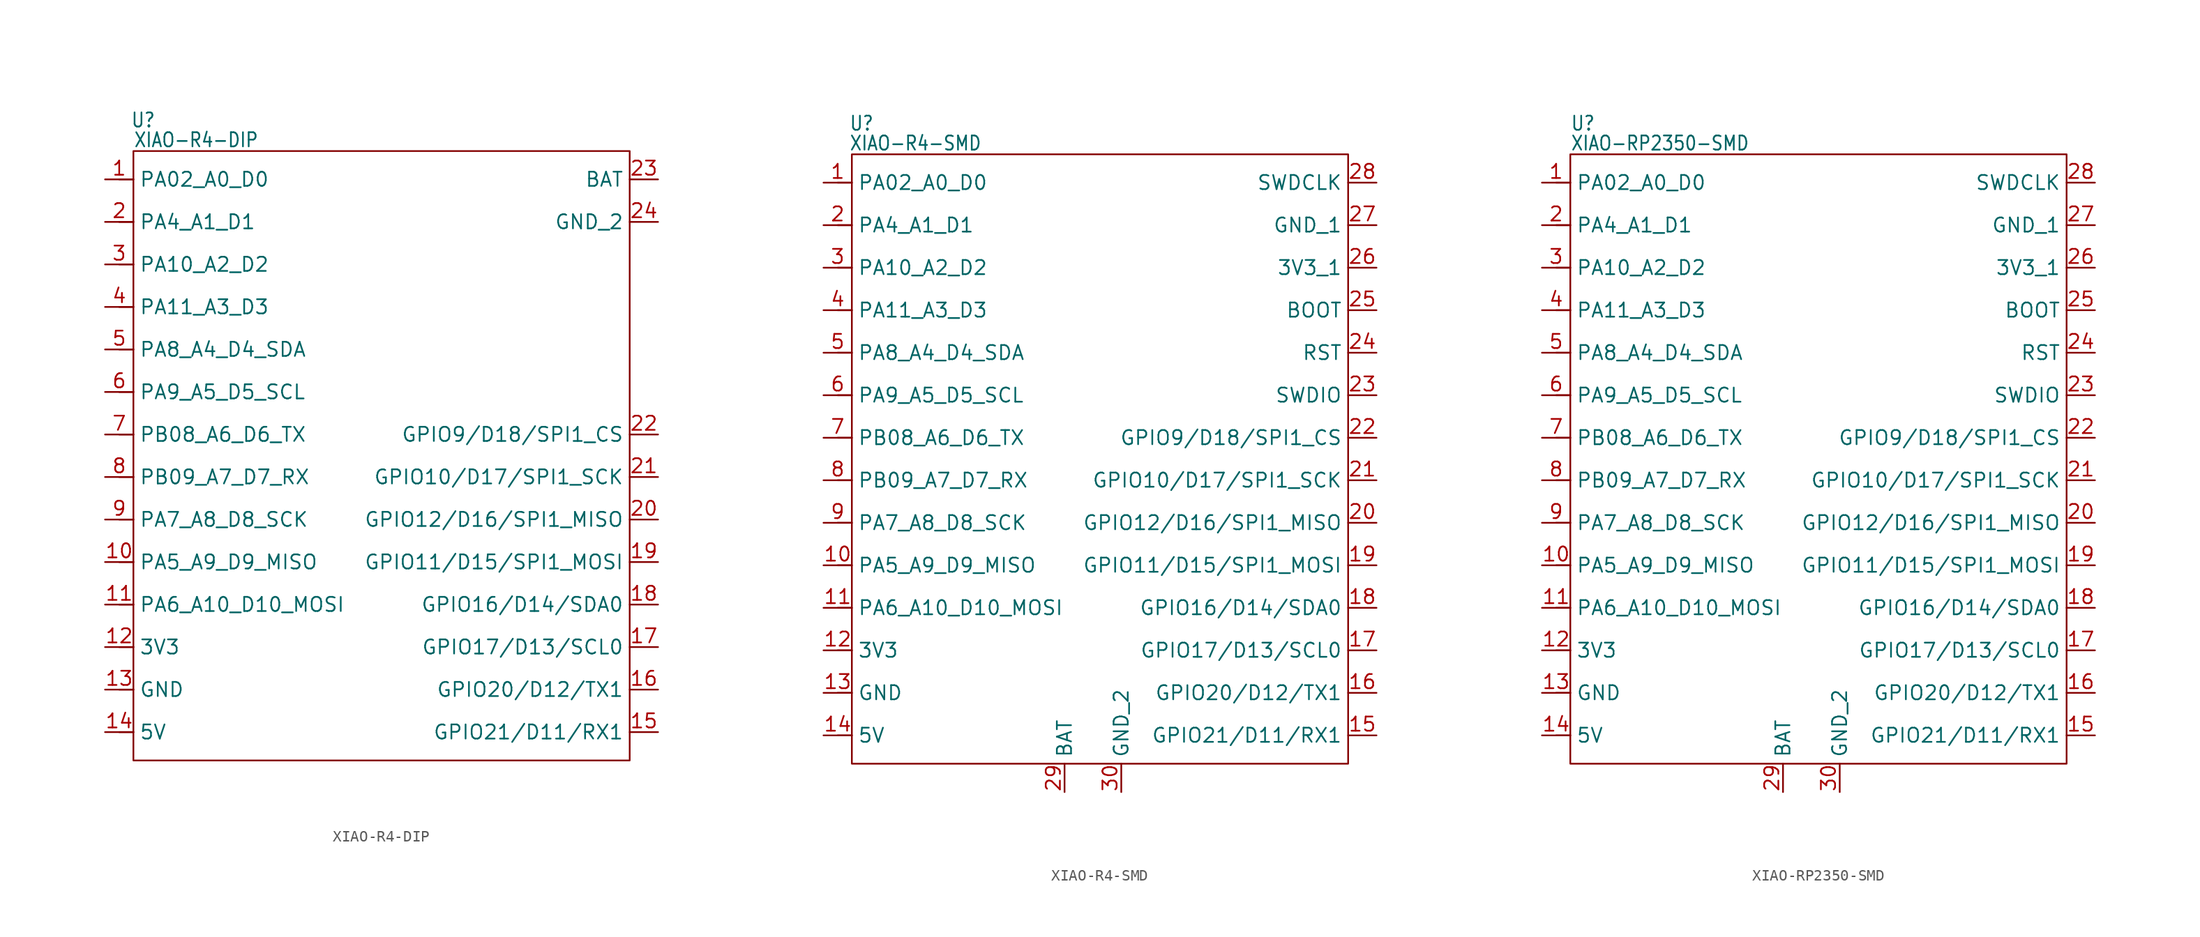
<source format=kicad_sym>
(kicad_symbol_lib
  (version 20231120)
  (generator "kicad_symbol_editor")
  (generator_version "8.0")
  (symbol "XIAO-R4-DIP"
    (property "Reference" "U"
      (at -21.844 27.432 0)
      (effects (font (size 1.27 1.079)) (justify left bottom)))
    (property "Value" "XIAO-R4-DIP"
      (at -21.59 25.654 0)
      (effects (font (size 1.27 1.079)) (justify left bottom)))
    (symbol "XIAO-R4-DIP_0_1"
      (rectangle (start -21.59 25.4) (end 22.86 -29.21) (stroke (width 0) (type default)) (fill (type none))))
    (symbol "XIAO-R4-DIP_1_0"
      (polyline (pts (xy -22.86 -26.67) (xy -21.59 -26.67)) (stroke (width 0.152) (type solid)) (fill (type none)))
      (polyline (pts (xy -22.86 -22.86) (xy -21.59 -22.86)) (stroke (width 0.152) (type solid)) (fill (type none)))
      (polyline (pts (xy -22.86 -19.05) (xy -21.59 -19.05)) (stroke (width 0.152) (type solid)) (fill (type none)))
      (polyline (pts (xy -22.86 -15.24) (xy -21.59 -15.24)) (stroke (width 0.152) (type solid)) (fill (type none)))
      (polyline (pts (xy -22.86 -11.43) (xy -21.59 -11.43)) (stroke (width 0.152) (type solid)) (fill (type none)))
      (polyline (pts (xy -22.86 -7.62) (xy -21.59 -7.62)) (stroke (width 0.152) (type solid)) (fill (type none)))
      (polyline (pts (xy -22.86 -3.81) (xy -21.59 -3.81)) (stroke (width 0.152) (type solid)) (fill (type none)))
      (polyline (pts (xy -21.59 0) (xy -22.86 0)) (stroke (width 0.152) (type solid)) (fill (type none)))
      (polyline (pts (xy -21.59 3.81) (xy -22.86 3.81)) (stroke (width 0.152) (type solid)) (fill (type none)))
      (polyline (pts (xy -21.59 7.62) (xy -22.86 7.62)) (stroke (width 0.152) (type solid)) (fill (type none)))
      (polyline (pts (xy -21.59 11.43) (xy -22.86 11.43)) (stroke (width 0.152) (type solid)) (fill (type none)))
      (polyline (pts (xy -21.59 15.24) (xy -22.86 15.24)) (stroke (width 0.152) (type solid)) (fill (type none)))
      (polyline (pts (xy -21.59 19.05) (xy -22.86 19.05)) (stroke (width 0.152) (type solid)) (fill (type none)))
      (polyline (pts (xy -21.59 22.86) (xy -22.86 22.86)) (stroke (width 0.152) (type solid)) (fill (type none)))
      (pin passive line (at -24.13 22.86 0) (length 2.54) (name "PA02_A0_D0" (effects (font (size 1.27 1.27)))) (number "1" (effects (font (size 1.27 1.27)))))
      (pin passive line (at -24.13 -11.43 0) (length 2.54) (name "PA5_A9_D9_MISO" (effects (font (size 1.27 1.27)))) (number "10" (effects (font (size 1.27 1.27)))))
      (pin passive line (at -24.13 -15.24 0) (length 2.54) (name "PA6_A10_D10_MOSI" (effects (font (size 1.27 1.27)))) (number "11" (effects (font (size 1.27 1.27)))))
      (pin passive line (at -24.13 -19.05 0) (length 2.54) (name "3V3" (effects (font (size 1.27 1.27)))) (number "12" (effects (font (size 1.27 1.27)))))
      (pin passive line (at -24.13 -22.86 0) (length 2.54) (name "GND" (effects (font (size 1.27 1.27)))) (number "13" (effects (font (size 1.27 1.27)))))
      (pin passive line (at -24.13 -26.67 0) (length 2.54) (name "5V" (effects (font (size 1.27 1.27)))) (number "14" (effects (font (size 1.27 1.27)))))
      (pin passive line (at -24.13 19.05 0) (length 2.54) (name "PA4_A1_D1" (effects (font (size 1.27 1.27)))) (number "2" (effects (font (size 1.27 1.27)))))
      (pin passive line (at -24.13 15.24 0) (length 2.54) (name "PA10_A2_D2" (effects (font (size 1.27 1.27)))) (number "3" (effects (font (size 1.27 1.27)))))
      (pin passive line (at -24.13 11.43 0) (length 2.54) (name "PA11_A3_D3" (effects (font (size 1.27 1.27)))) (number "4" (effects (font (size 1.27 1.27)))))
      (pin passive line (at -24.13 7.62 0) (length 2.54) (name "PA8_A4_D4_SDA" (effects (font (size 1.27 1.27)))) (number "5" (effects (font (size 1.27 1.27)))))
      (pin passive line (at -24.13 3.81 0) (length 2.54) (name "PA9_A5_D5_SCL" (effects (font (size 1.27 1.27)))) (number "6" (effects (font (size 1.27 1.27)))))
      (pin passive line (at -24.13 0 0) (length 2.54) (name "PB08_A6_D6_TX" (effects (font (size 1.27 1.27)))) (number "7" (effects (font (size 1.27 1.27)))))
      (pin passive line (at -24.13 -3.81 0) (length 2.54) (name "PB09_A7_D7_RX" (effects (font (size 1.27 1.27)))) (number "8" (effects (font (size 1.27 1.27)))))
      (pin passive line (at -24.13 -7.62 0) (length 2.54) (name "PA7_A8_D8_SCK" (effects (font (size 1.27 1.27)))) (number "9" (effects (font (size 1.27 1.27))))))
    (symbol "XIAO-R4-DIP_1_1"
      (pin passive line (at 25.4 -26.67 180) (length 2.54) (name "GPIO21/D11/RX1" (effects (font (size 1.27 1.27)))) (number "15" (effects (font (size 1.27 1.27)))))
      (pin passive line (at 25.4 -22.86 180) (length 2.54) (name "GPIO20/D12/TX1" (effects (font (size 1.27 1.27)))) (number "16" (effects (font (size 1.27 1.27)))))
      (pin passive line (at 25.4 -19.05 180) (length 2.54) (name "GPIO17/D13/SCL0" (effects (font (size 1.27 1.27)))) (number "17" (effects (font (size 1.27 1.27)))))
      (pin passive line (at 25.4 -15.24 180) (length 2.54) (name "GPIO16/D14/SDA0" (effects (font (size 1.27 1.27)))) (number "18" (effects (font (size 1.27 1.27)))))
      (pin passive line (at 25.4 -11.43 180) (length 2.54) (name "GPIO11/D15/SPI1_MOSI" (effects (font (size 1.27 1.27)))) (number "19" (effects (font (size 1.27 1.27)))))
      (pin passive line (at 25.4 -7.62 180) (length 2.54) (name "GPIO12/D16/SPI1_MISO" (effects (font (size 1.27 1.27)))) (number "20" (effects (font (size 1.27 1.27)))))
      (pin passive line (at 25.4 -3.81 180) (length 2.54) (name "GPIO10/D17/SPI1_SCK" (effects (font (size 1.27 1.27)))) (number "21" (effects (font (size 1.27 1.27)))))
      (pin passive line (at 25.4 0 180) (length 2.54) (name "GPIO9/D18/SPI1_CS" (effects (font (size 1.27 1.27)))) (number "22" (effects (font (size 1.27 1.27)))))
      (pin passive line (at 25.4 22.86 180) (length 2.54) (name "BAT" (effects (font (size 1.27 1.27)))) (number "23" (effects (font (size 1.27 1.27)))))
      (pin passive line (at 25.4 19.05 180) (length 2.54) (name "GND_2" (effects (font (size 1.27 1.27)))) (number "24" (effects (font (size 1.27 1.27)))))))
  (symbol "XIAO-R4-SMD"
    (property "Reference" "U"
      (at -21.844 27.432 0)
      (effects (font (size 1.27 1.079)) (justify left bottom)))
    (property "Value" "XIAO-R4-SMD"
      (at -21.844 25.654 0)
      (effects (font (size 1.27 1.079)) (justify left bottom)))
    (symbol "XIAO-R4-SMD_0_1"
      (rectangle (start -21.59 25.4) (end 22.86 -29.21) (stroke (width 0) (type default)) (fill (type none))))
    (symbol "XIAO-R4-SMD_1_0"
      (polyline (pts (xy -22.86 -26.67) (xy -21.59 -26.67)) (stroke (width 0.152) (type solid)) (fill (type none)))
      (polyline (pts (xy -22.86 -22.86) (xy -21.59 -22.86)) (stroke (width 0.152) (type solid)) (fill (type none)))
      (polyline (pts (xy -22.86 -19.05) (xy -21.59 -19.05)) (stroke (width 0.152) (type solid)) (fill (type none)))
      (polyline (pts (xy -22.86 -15.24) (xy -21.59 -15.24)) (stroke (width 0.152) (type solid)) (fill (type none)))
      (polyline (pts (xy -22.86 -11.43) (xy -21.59 -11.43)) (stroke (width 0.152) (type solid)) (fill (type none)))
      (polyline (pts (xy -22.86 -7.62) (xy -21.59 -7.62)) (stroke (width 0.152) (type solid)) (fill (type none)))
      (polyline (pts (xy -22.86 -3.81) (xy -21.59 -3.81)) (stroke (width 0.152) (type solid)) (fill (type none)))
      (polyline (pts (xy -21.59 0) (xy -22.86 0)) (stroke (width 0.152) (type solid)) (fill (type none)))
      (polyline (pts (xy -21.59 3.81) (xy -22.86 3.81)) (stroke (width 0.152) (type solid)) (fill (type none)))
      (polyline (pts (xy -21.59 7.62) (xy -22.86 7.62)) (stroke (width 0.152) (type solid)) (fill (type none)))
      (polyline (pts (xy -21.59 11.43) (xy -22.86 11.43)) (stroke (width 0.152) (type solid)) (fill (type none)))
      (polyline (pts (xy -21.59 15.24) (xy -22.86 15.24)) (stroke (width 0.152) (type solid)) (fill (type none)))
      (polyline (pts (xy -21.59 19.05) (xy -22.86 19.05)) (stroke (width 0.152) (type solid)) (fill (type none)))
      (polyline (pts (xy -21.59 22.86) (xy -22.86 22.86)) (stroke (width 0.152) (type solid)) (fill (type none)))
      (pin passive line (at -24.13 22.86 0) (length 2.54) (name "PA02_A0_D0" (effects (font (size 1.27 1.27)))) (number "1" (effects (font (size 1.27 1.27)))))
      (pin passive line (at -24.13 -11.43 0) (length 2.54) (name "PA5_A9_D9_MISO" (effects (font (size 1.27 1.27)))) (number "10" (effects (font (size 1.27 1.27)))))
      (pin passive line (at -24.13 -15.24 0) (length 2.54) (name "PA6_A10_D10_MOSI" (effects (font (size 1.27 1.27)))) (number "11" (effects (font (size 1.27 1.27)))))
      (pin passive line (at -24.13 -19.05 0) (length 2.54) (name "3V3" (effects (font (size 1.27 1.27)))) (number "12" (effects (font (size 1.27 1.27)))))
      (pin passive line (at -24.13 -22.86 0) (length 2.54) (name "GND" (effects (font (size 1.27 1.27)))) (number "13" (effects (font (size 1.27 1.27)))))
      (pin passive line (at -24.13 -26.67 0) (length 2.54) (name "5V" (effects (font (size 1.27 1.27)))) (number "14" (effects (font (size 1.27 1.27)))))
      (pin passive line (at -24.13 19.05 0) (length 2.54) (name "PA4_A1_D1" (effects (font (size 1.27 1.27)))) (number "2" (effects (font (size 1.27 1.27)))))
      (pin passive line (at -24.13 15.24 0) (length 2.54) (name "PA10_A2_D2" (effects (font (size 1.27 1.27)))) (number "3" (effects (font (size 1.27 1.27)))))
      (pin passive line (at -24.13 11.43 0) (length 2.54) (name "PA11_A3_D3" (effects (font (size 1.27 1.27)))) (number "4" (effects (font (size 1.27 1.27)))))
      (pin passive line (at -24.13 7.62 0) (length 2.54) (name "PA8_A4_D4_SDA" (effects (font (size 1.27 1.27)))) (number "5" (effects (font (size 1.27 1.27)))))
      (pin passive line (at -24.13 3.81 0) (length 2.54) (name "PA9_A5_D5_SCL" (effects (font (size 1.27 1.27)))) (number "6" (effects (font (size 1.27 1.27)))))
      (pin passive line (at -24.13 0 0) (length 2.54) (name "PB08_A6_D6_TX" (effects (font (size 1.27 1.27)))) (number "7" (effects (font (size 1.27 1.27)))))
      (pin passive line (at -24.13 -3.81 0) (length 2.54) (name "PB09_A7_D7_RX" (effects (font (size 1.27 1.27)))) (number "8" (effects (font (size 1.27 1.27)))))
      (pin passive line (at -24.13 -7.62 0) (length 2.54) (name "PA7_A8_D8_SCK" (effects (font (size 1.27 1.27)))) (number "9" (effects (font (size 1.27 1.27))))))
    (symbol "XIAO-R4-SMD_1_1"
      (pin passive line (at 25.4 -26.67 180) (length 2.54) (name "GPIO21/D11/RX1" (effects (font (size 1.27 1.27)))) (number "15" (effects (font (size 1.27 1.27)))))
      (pin passive line (at 25.4 -22.86 180) (length 2.54) (name "GPIO20/D12/TX1" (effects (font (size 1.27 1.27)))) (number "16" (effects (font (size 1.27 1.27)))))
      (pin passive line (at 25.4 -19.05 180) (length 2.54) (name "GPIO17/D13/SCL0" (effects (font (size 1.27 1.27)))) (number "17" (effects (font (size 1.27 1.27)))))
      (pin passive line (at 25.4 -15.24 180) (length 2.54) (name "GPIO16/D14/SDA0" (effects (font (size 1.27 1.27)))) (number "18" (effects (font (size 1.27 1.27)))))
      (pin passive line (at 25.4 -11.43 180) (length 2.54) (name "GPIO11/D15/SPI1_MOSI" (effects (font (size 1.27 1.27)))) (number "19" (effects (font (size 1.27 1.27)))))
      (pin passive line (at 25.4 -7.62 180) (length 2.54) (name "GPIO12/D16/SPI1_MISO" (effects (font (size 1.27 1.27)))) (number "20" (effects (font (size 1.27 1.27)))))
      (pin passive line (at 25.4 -3.81 180) (length 2.54) (name "GPIO10/D17/SPI1_SCK" (effects (font (size 1.27 1.27)))) (number "21" (effects (font (size 1.27 1.27)))))
      (pin passive line (at 25.4 0 180) (length 2.54) (name "GPIO9/D18/SPI1_CS" (effects (font (size 1.27 1.27)))) (number "22" (effects (font (size 1.27 1.27)))))
      (pin passive line (at 25.4 3.81 180) (length 2.54) (name "SWDIO" (effects (font (size 1.27 1.27)))) (number "23" (effects (font (size 1.27 1.27)))))
      (pin passive line (at 25.4 7.62 180) (length 2.54) (name "RST" (effects (font (size 1.27 1.27)))) (number "24" (effects (font (size 1.27 1.27)))))
      (pin passive line (at 25.4 11.43 180) (length 2.54) (name "BOOT" (effects (font (size 1.27 1.27)))) (number "25" (effects (font (size 1.27 1.27)))))
      (pin passive line (at 25.4 15.24 180) (length 2.54) (name "3V3_1" (effects (font (size 1.27 1.27)))) (number "26" (effects (font (size 1.27 1.27)))))
      (pin passive line (at 25.4 19.05 180) (length 2.54) (name "GND_1" (effects (font (size 1.27 1.27)))) (number "27" (effects (font (size 1.27 1.27)))))
      (pin passive line (at 25.4 22.86 180) (length 2.54) (name "SWDCLK" (effects (font (size 1.27 1.27)))) (number "28" (effects (font (size 1.27 1.27)))))
      (pin passive line (at -2.54 -31.75 90) (length 2.54) (name "BAT" (effects (font (size 1.27 1.27)))) (number "29" (effects (font (size 1.27 1.27)))))
      (pin passive line (at 2.54 -31.75 90) (length 2.54) (name "GND_2" (effects (font (size 1.27 1.27)))) (number "30" (effects (font (size 1.27 1.27)))))))
  (symbol "XIAO-RP2350-SMD"
    (property "Reference" "U"
      (at -21.59 27.432 0)
      (effects (font (size 1.27 1.079)) (justify left bottom)))
    (property "Value" "XIAO-RP2350-SMD"
      (at -21.59 25.654 0)
      (effects (font (size 1.27 1.079)) (justify left bottom)))
    (symbol "XIAO-RP2350-SMD_0_1"
      (rectangle (start -21.59 25.4) (end 22.86 -29.21) (stroke (width 0) (type default)) (fill (type none))))
    (symbol "XIAO-RP2350-SMD_1_0"
      (polyline (pts (xy -22.86 -26.67) (xy -21.59 -26.67)) (stroke (width 0.152) (type solid)) (fill (type none)))
      (polyline (pts (xy -22.86 -22.86) (xy -21.59 -22.86)) (stroke (width 0.152) (type solid)) (fill (type none)))
      (polyline (pts (xy -22.86 -19.05) (xy -21.59 -19.05)) (stroke (width 0.152) (type solid)) (fill (type none)))
      (polyline (pts (xy -22.86 -15.24) (xy -21.59 -15.24)) (stroke (width 0.152) (type solid)) (fill (type none)))
      (polyline (pts (xy -22.86 -11.43) (xy -21.59 -11.43)) (stroke (width 0.152) (type solid)) (fill (type none)))
      (polyline (pts (xy -22.86 -7.62) (xy -21.59 -7.62)) (stroke (width 0.152) (type solid)) (fill (type none)))
      (polyline (pts (xy -22.86 -3.81) (xy -21.59 -3.81)) (stroke (width 0.152) (type solid)) (fill (type none)))
      (polyline (pts (xy -21.59 0) (xy -22.86 0)) (stroke (width 0.152) (type solid)) (fill (type none)))
      (polyline (pts (xy -21.59 3.81) (xy -22.86 3.81)) (stroke (width 0.152) (type solid)) (fill (type none)))
      (polyline (pts (xy -21.59 7.62) (xy -22.86 7.62)) (stroke (width 0.152) (type solid)) (fill (type none)))
      (polyline (pts (xy -21.59 11.43) (xy -22.86 11.43)) (stroke (width 0.152) (type solid)) (fill (type none)))
      (polyline (pts (xy -21.59 15.24) (xy -22.86 15.24)) (stroke (width 0.152) (type solid)) (fill (type none)))
      (polyline (pts (xy -21.59 19.05) (xy -22.86 19.05)) (stroke (width 0.152) (type solid)) (fill (type none)))
      (polyline (pts (xy -21.59 22.86) (xy -22.86 22.86)) (stroke (width 0.152) (type solid)) (fill (type none)))
      (pin passive line (at -24.13 22.86 0) (length 2.54) (name "PA02_A0_D0" (effects (font (size 1.27 1.27)))) (number "1" (effects (font (size 1.27 1.27)))))
      (pin passive line (at -24.13 -11.43 0) (length 2.54) (name "PA5_A9_D9_MISO" (effects (font (size 1.27 1.27)))) (number "10" (effects (font (size 1.27 1.27)))))
      (pin passive line (at -24.13 -15.24 0) (length 2.54) (name "PA6_A10_D10_MOSI" (effects (font (size 1.27 1.27)))) (number "11" (effects (font (size 1.27 1.27)))))
      (pin passive line (at -24.13 -19.05 0) (length 2.54) (name "3V3" (effects (font (size 1.27 1.27)))) (number "12" (effects (font (size 1.27 1.27)))))
      (pin passive line (at -24.13 -22.86 0) (length 2.54) (name "GND" (effects (font (size 1.27 1.27)))) (number "13" (effects (font (size 1.27 1.27)))))
      (pin passive line (at -24.13 -26.67 0) (length 2.54) (name "5V" (effects (font (size 1.27 1.27)))) (number "14" (effects (font (size 1.27 1.27)))))
      (pin passive line (at -24.13 19.05 0) (length 2.54) (name "PA4_A1_D1" (effects (font (size 1.27 1.27)))) (number "2" (effects (font (size 1.27 1.27)))))
      (pin passive line (at -24.13 15.24 0) (length 2.54) (name "PA10_A2_D2" (effects (font (size 1.27 1.27)))) (number "3" (effects (font (size 1.27 1.27)))))
      (pin passive line (at -24.13 11.43 0) (length 2.54) (name "PA11_A3_D3" (effects (font (size 1.27 1.27)))) (number "4" (effects (font (size 1.27 1.27)))))
      (pin passive line (at -24.13 7.62 0) (length 2.54) (name "PA8_A4_D4_SDA" (effects (font (size 1.27 1.27)))) (number "5" (effects (font (size 1.27 1.27)))))
      (pin passive line (at -24.13 3.81 0) (length 2.54) (name "PA9_A5_D5_SCL" (effects (font (size 1.27 1.27)))) (number "6" (effects (font (size 1.27 1.27)))))
      (pin passive line (at -24.13 0 0) (length 2.54) (name "PB08_A6_D6_TX" (effects (font (size 1.27 1.27)))) (number "7" (effects (font (size 1.27 1.27)))))
      (pin passive line (at -24.13 -3.81 0) (length 2.54) (name "PB09_A7_D7_RX" (effects (font (size 1.27 1.27)))) (number "8" (effects (font (size 1.27 1.27)))))
      (pin passive line (at -24.13 -7.62 0) (length 2.54) (name "PA7_A8_D8_SCK" (effects (font (size 1.27 1.27)))) (number "9" (effects (font (size 1.27 1.27))))))
    (symbol "XIAO-RP2350-SMD_1_1"
      (pin passive line (at 25.4 -26.67 180) (length 2.54) (name "GPIO21/D11/RX1" (effects (font (size 1.27 1.27)))) (number "15" (effects (font (size 1.27 1.27)))))
      (pin passive line (at 25.4 -22.86 180) (length 2.54) (name "GPIO20/D12/TX1" (effects (font (size 1.27 1.27)))) (number "16" (effects (font (size 1.27 1.27)))))
      (pin passive line (at 25.4 -19.05 180) (length 2.54) (name "GPIO17/D13/SCL0" (effects (font (size 1.27 1.27)))) (number "17" (effects (font (size 1.27 1.27)))))
      (pin passive line (at 25.4 -15.24 180) (length 2.54) (name "GPIO16/D14/SDA0" (effects (font (size 1.27 1.27)))) (number "18" (effects (font (size 1.27 1.27)))))
      (pin passive line (at 25.4 -11.43 180) (length 2.54) (name "GPIO11/D15/SPI1_MOSI" (effects (font (size 1.27 1.27)))) (number "19" (effects (font (size 1.27 1.27)))))
      (pin passive line (at 25.4 -7.62 180) (length 2.54) (name "GPIO12/D16/SPI1_MISO" (effects (font (size 1.27 1.27)))) (number "20" (effects (font (size 1.27 1.27)))))
      (pin passive line (at 25.4 -3.81 180) (length 2.54) (name "GPIO10/D17/SPI1_SCK" (effects (font (size 1.27 1.27)))) (number "21" (effects (font (size 1.27 1.27)))))
      (pin passive line (at 25.4 0 180) (length 2.54) (name "GPIO9/D18/SPI1_CS" (effects (font (size 1.27 1.27)))) (number "22" (effects (font (size 1.27 1.27)))))
      (pin passive line (at 25.4 3.81 180) (length 2.54) (name "SWDIO" (effects (font (size 1.27 1.27)))) (number "23" (effects (font (size 1.27 1.27)))))
      (pin passive line (at 25.4 7.62 180) (length 2.54) (name "RST" (effects (font (size 1.27 1.27)))) (number "24" (effects (font (size 1.27 1.27)))))
      (pin passive line (at 25.4 11.43 180) (length 2.54) (name "BOOT" (effects (font (size 1.27 1.27)))) (number "25" (effects (font (size 1.27 1.27)))))
      (pin passive line (at 25.4 15.24 180) (length 2.54) (name "3V3_1" (effects (font (size 1.27 1.27)))) (number "26" (effects (font (size 1.27 1.27)))))
      (pin passive line (at 25.4 19.05 180) (length 2.54) (name "GND_1" (effects (font (size 1.27 1.27)))) (number "27" (effects (font (size 1.27 1.27)))))
      (pin passive line (at 25.4 22.86 180) (length 2.54) (name "SWDCLK" (effects (font (size 1.27 1.27)))) (number "28" (effects (font (size 1.27 1.27)))))
      (pin passive line (at -2.54 -31.75 90) (length 2.54) (name "BAT" (effects (font (size 1.27 1.27)))) (number "29" (effects (font (size 1.27 1.27)))))
      (pin passive line (at 2.54 -31.75 90) (length 2.54) (name "GND_2" (effects (font (size 1.27 1.27)))) (number "30" (effects (font (size 1.27 1.27))))))))
</source>
